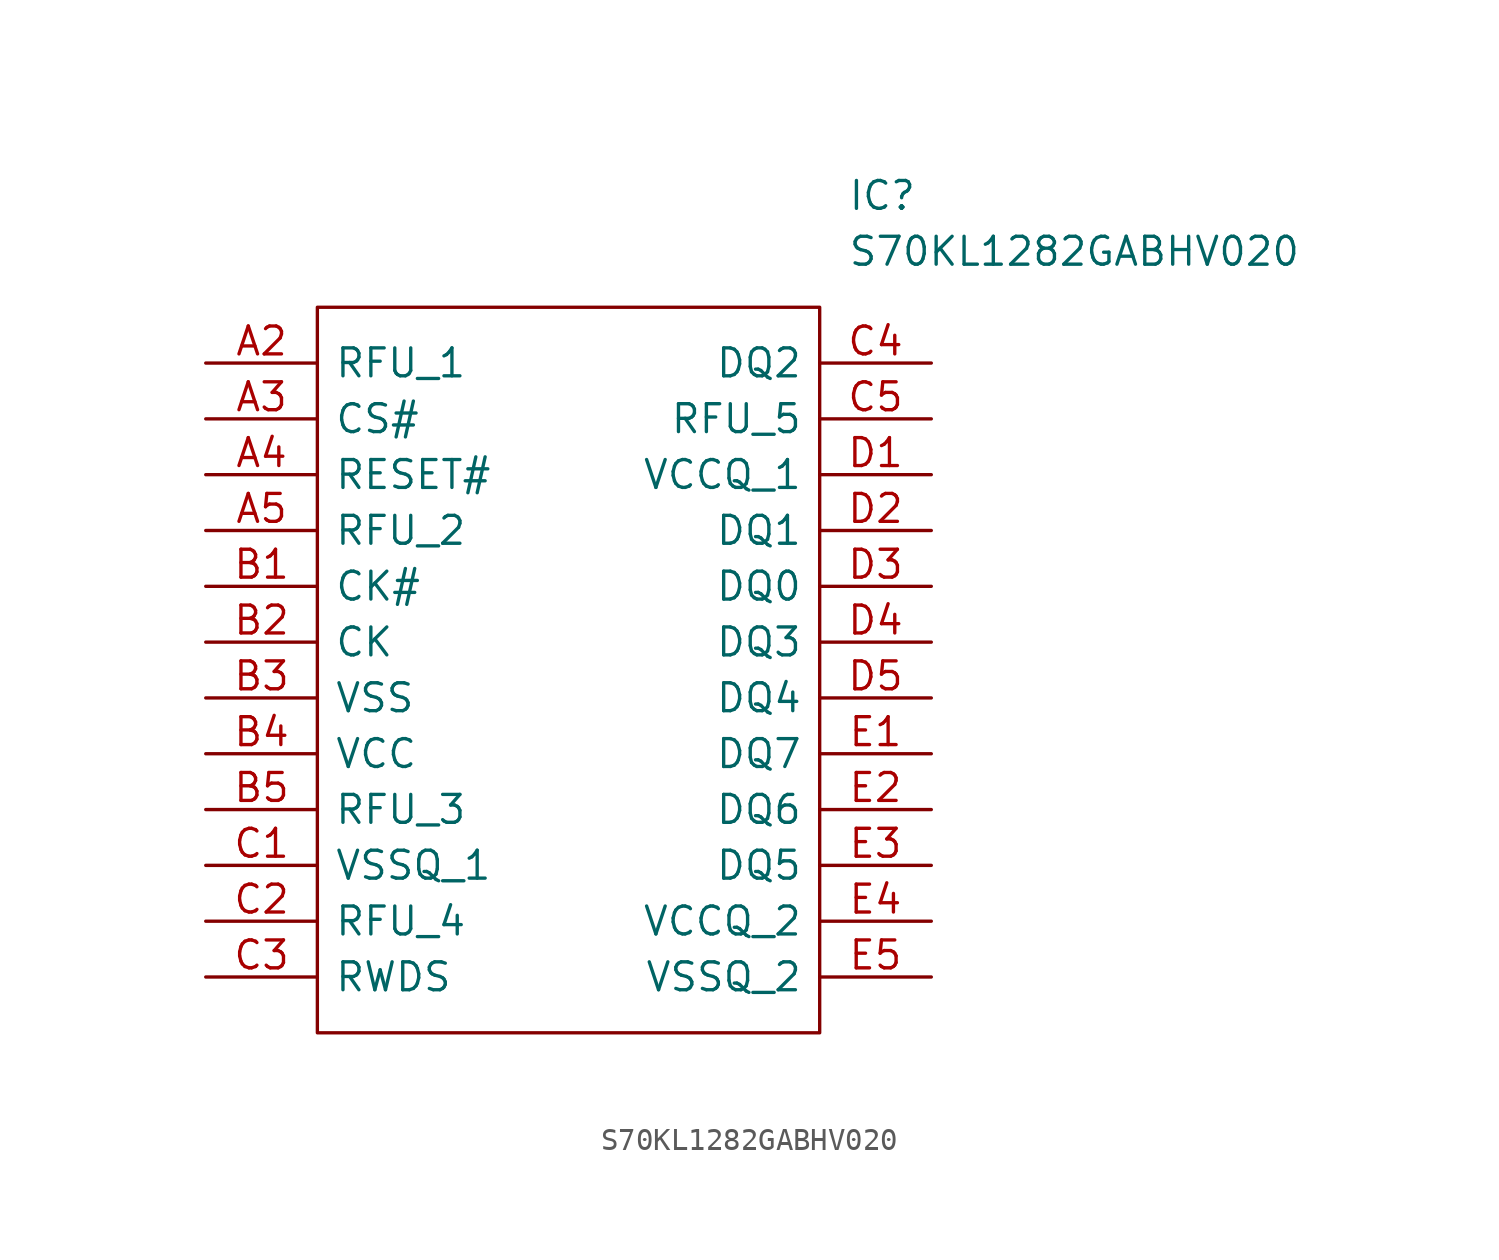
<source format=kicad_sym>
(kicad_symbol_lib
  (version 20211014)
  (generator kicad_symbol_editor)
  (symbol "S70KL1282GABHV020"
    (pin_names
      (offset 0.762))
    (property "Reference" "IC"
      (at 29.21 7.62 0)
      (effects (font (size 1.27 1.27)) (justify left)))
    (property "Value" "S70KL1282GABHV020"
      (at 29.21 5.08 0)
      (effects (font (size 1.27 1.27)) (justify left)))
    (symbol "S70KL1282GABHV020_0_0"
      (pin passive line (at 0 0 0) (length 5.08) (name "RFU_1" (effects (font (size 1.27 1.27)))) (number "A2" (effects (font (size 1.27 1.27)))))
      (pin passive line (at 0 -2.54 0) (length 5.08) (name "CS#" (effects (font (size 1.27 1.27)))) (number "A3" (effects (font (size 1.27 1.27)))))
      (pin passive line (at 0 -5.08 0) (length 5.08) (name "RESET#" (effects (font (size 1.27 1.27)))) (number "A4" (effects (font (size 1.27 1.27)))))
      (pin passive line (at 0 -7.62 0) (length 5.08) (name "RFU_2" (effects (font (size 1.27 1.27)))) (number "A5" (effects (font (size 1.27 1.27)))))
      (pin passive line (at 0 -10.16 0) (length 5.08) (name "CK#" (effects (font (size 1.27 1.27)))) (number "B1" (effects (font (size 1.27 1.27)))))
      (pin passive line (at 0 -12.7 0) (length 5.08) (name "CK" (effects (font (size 1.27 1.27)))) (number "B2" (effects (font (size 1.27 1.27)))))
      (pin passive line (at 0 -15.24 0) (length 5.08) (name "VSS" (effects (font (size 1.27 1.27)))) (number "B3" (effects (font (size 1.27 1.27)))))
      (pin passive line (at 0 -17.78 0) (length 5.08) (name "VCC" (effects (font (size 1.27 1.27)))) (number "B4" (effects (font (size 1.27 1.27)))))
      (pin passive line (at 0 -20.32 0) (length 5.08) (name "RFU_3" (effects (font (size 1.27 1.27)))) (number "B5" (effects (font (size 1.27 1.27)))))
      (pin passive line (at 0 -22.86 0) (length 5.08) (name "VSSQ_1" (effects (font (size 1.27 1.27)))) (number "C1" (effects (font (size 1.27 1.27)))))
      (pin passive line (at 0 -25.4 0) (length 5.08) (name "RFU_4" (effects (font (size 1.27 1.27)))) (number "C2" (effects (font (size 1.27 1.27)))))
      (pin passive line (at 0 -27.94 0) (length 5.08) (name "RWDS" (effects (font (size 1.27 1.27)))) (number "C3" (effects (font (size 1.27 1.27)))))
      (pin passive line (at 33.02 0 180) (length 5.08) (name "DQ2" (effects (font (size 1.27 1.27)))) (number "C4" (effects (font (size 1.27 1.27)))))
      (pin passive line (at 33.02 -2.54 180) (length 5.08) (name "RFU_5" (effects (font (size 1.27 1.27)))) (number "C5" (effects (font (size 1.27 1.27)))))
      (pin passive line (at 33.02 -5.08 180) (length 5.08) (name "VCCQ_1" (effects (font (size 1.27 1.27)))) (number "D1" (effects (font (size 1.27 1.27)))))
      (pin passive line (at 33.02 -7.62 180) (length 5.08) (name "DQ1" (effects (font (size 1.27 1.27)))) (number "D2" (effects (font (size 1.27 1.27)))))
      (pin passive line (at 33.02 -10.16 180) (length 5.08) (name "DQ0" (effects (font (size 1.27 1.27)))) (number "D3" (effects (font (size 1.27 1.27)))))
      (pin passive line (at 33.02 -12.7 180) (length 5.08) (name "DQ3" (effects (font (size 1.27 1.27)))) (number "D4" (effects (font (size 1.27 1.27)))))
      (pin passive line (at 33.02 -15.24 180) (length 5.08) (name "DQ4" (effects (font (size 1.27 1.27)))) (number "D5" (effects (font (size 1.27 1.27)))))
      (pin passive line (at 33.02 -17.78 180) (length 5.08) (name "DQ7" (effects (font (size 1.27 1.27)))) (number "E1" (effects (font (size 1.27 1.27)))))
      (pin passive line (at 33.02 -20.32 180) (length 5.08) (name "DQ6" (effects (font (size 1.27 1.27)))) (number "E2" (effects (font (size 1.27 1.27)))))
      (pin passive line (at 33.02 -22.86 180) (length 5.08) (name "DQ5" (effects (font (size 1.27 1.27)))) (number "E3" (effects (font (size 1.27 1.27)))))
      (pin passive line (at 33.02 -25.4 180) (length 5.08) (name "VCCQ_2" (effects (font (size 1.27 1.27)))) (number "E4" (effects (font (size 1.27 1.27)))))
      (pin passive line (at 33.02 -27.94 180) (length 5.08) (name "VSSQ_2" (effects (font (size 1.27 1.27)))) (number "E5" (effects (font (size 1.27 1.27))))))
    (symbol "S70KL1282GABHV020_0_1"
      (polyline (pts (xy 5.08 2.54) (xy 27.94 2.54) (xy 27.94 -30.48) (xy 5.08 -30.48) (xy 5.08 2.54)) (stroke (width 0.152) (type default) (color 0 0 0 0)) (fill (type none))))))
</source>
